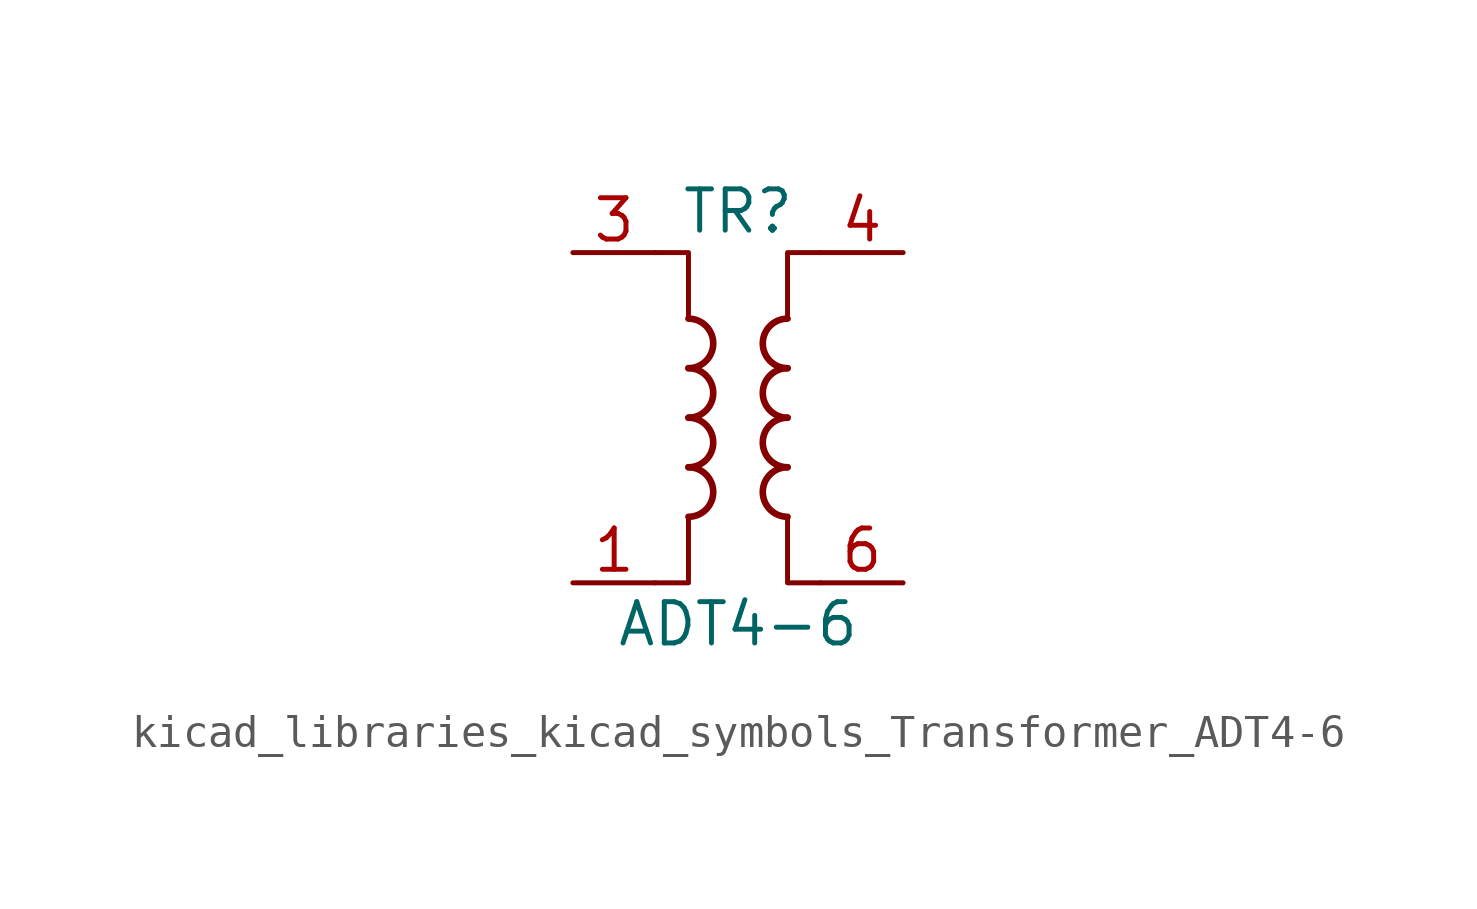
<source format=kicad_sym>
(kicad_symbol_lib
  (version 20220914)
  (generator kicad_symbol_editor)
  (symbol "kicad_libraries_kicad_symbols_Transformer_ADT4-6"
    (pin_names hide)
    (property "Reference" "TR"
      (at 0 6.35 0)
      (effects (font (size 1.27 1.27))))
    (property "Value" "ADT4-6"
      (at 0 -6.35 0)
      (effects (font (size 1.27 1.27))))
    (symbol "kicad_libraries_kicad_symbols_Transformer_ADT4-6_0_1"
      (arc (start -1.524 -3.048) (mid -0.7653 -2.286) (end -1.524 -1.524) (stroke (width 0.2032) (type default)) (fill (type none)))
      (arc (start -1.524 -1.524) (mid -0.7653 -0.762) (end -1.524 0) (stroke (width 0.2032) (type default)) (fill (type none)))
      (arc (start -1.524 0) (mid -0.7653 0.762) (end -1.524 1.524) (stroke (width 0.2032) (type default)) (fill (type none)))
      (arc (start -1.524 1.524) (mid -0.7653 2.286) (end -1.524 3.048) (stroke (width 0.2032) (type default)) (fill (type none)))
      (polyline (pts (xy -2.54 5.08) (xy -1.524 5.08) (xy -1.524 3.048)) (stroke (width 0.152) (type default)) (fill (type none)))
      (polyline (pts (xy -1.524 -3.048) (xy -1.524 -5.08) (xy -2.54 -5.08)) (stroke (width 0.152) (type default)) (fill (type none)))
      (polyline (pts (xy 1.524 3.048) (xy 1.524 5.08) (xy 2.54 5.08)) (stroke (width 0.152) (type default)) (fill (type none)))
      (polyline (pts (xy 2.54 -5.08) (xy 1.524 -5.08) (xy 1.524 -3.048)) (stroke (width 0.152) (type default)) (fill (type none)))
      (arc (start 1.524 -1.524) (mid 0.7653 -2.286) (end 1.524 -3.048) (stroke (width 0.2032) (type default)) (fill (type none)))
      (arc (start 1.524 0) (mid 0.7653 -0.762) (end 1.524 -1.524) (stroke (width 0.2032) (type default)) (fill (type none)))
      (arc (start 1.524 1.524) (mid 0.7653 0.762) (end 1.524 0) (stroke (width 0.2032) (type default)) (fill (type none)))
      (arc (start 1.524 3.048) (mid 0.7653 2.286) (end 1.524 1.524) (stroke (width 0.2032) (type default)) (fill (type none))))
    (symbol "kicad_libraries_kicad_symbols_Transformer_ADT4-6_1_1"
      (pin passive line (at -5.08 -5.08 0) (length 2.54) (name "~" (effects (font (size 1.27 1.27)))) (number "1" (effects (font (size 1.27 1.27)))))
      (pin passive line (at -5.08 5.08 0) (length 2.54) (name "~" (effects (font (size 1.27 1.27)))) (number "3" (effects (font (size 1.27 1.27)))))
      (pin passive line (at 5.08 5.08 180) (length 2.54) (name "~" (effects (font (size 1.27 1.27)))) (number "4" (effects (font (size 1.27 1.27)))))
      (pin passive line (at 5.08 -5.08 180) (length 2.54) (name "~" (effects (font (size 1.27 1.27)))) (number "6" (effects (font (size 1.27 1.27))))))))
</source>
